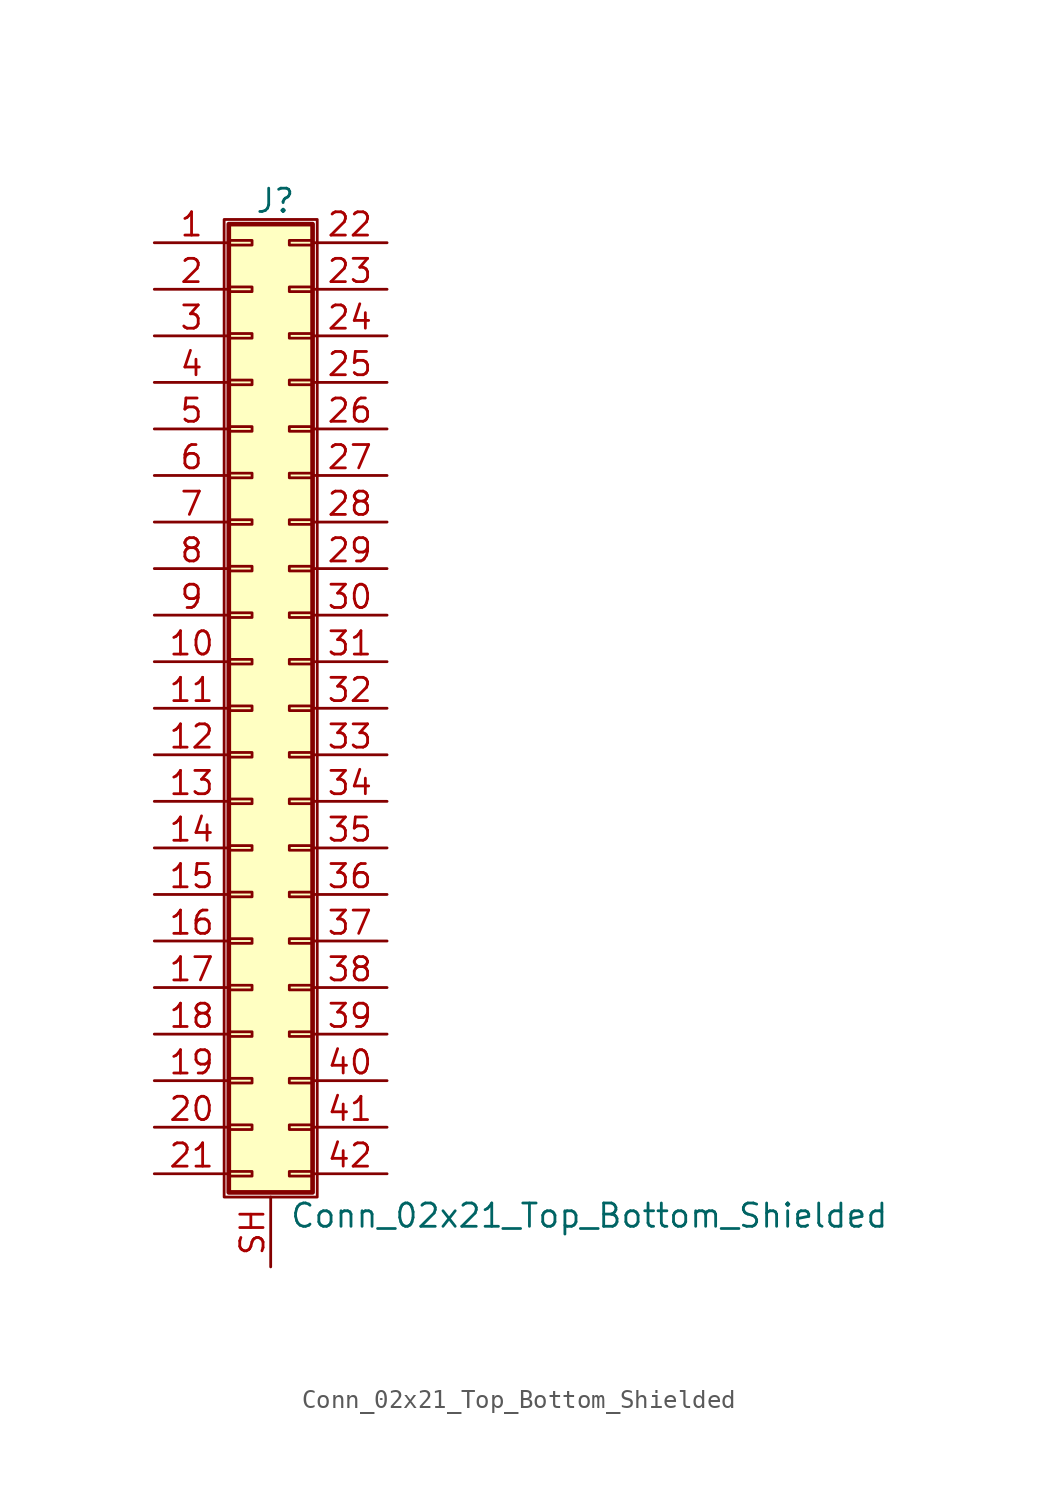
<source format=kicad_sym>
(kicad_symbol_lib
  (version 20201005)
  (generator kicad_symbol_editor)
  (symbol "Conn_02x21_Top_Bottom_Shielded"
    (pin_names
      (offset 1.016) hide)
    (property "Reference" "J"
      (at 1.524 27.686 0)
      (effects (font (size 1.27 1.27))))
    (property "Value" "Conn_02x21_Top_Bottom_Shielded"
      (at 2.286 -27.686 0)
      (effects (font (size 1.27 1.27)) (justify left)))
    (symbol "Conn_02x21_Top_Bottom_Shielded_1_1"
      (rectangle (start -1.27 26.67) (end 3.81 -26.67) (stroke (width 0.152)) (fill (type none)))
      (rectangle (start -1.016 -25.273) (end 0.254 -25.527) (stroke (width 0.152)) (fill (type none)))
      (rectangle (start -1.016 -22.733) (end 0.254 -22.987) (stroke (width 0.152)) (fill (type none)))
      (rectangle (start -1.016 -20.193) (end 0.254 -20.447) (stroke (width 0.152)) (fill (type none)))
      (rectangle (start -1.016 -17.653) (end 0.254 -17.907) (stroke (width 0.152)) (fill (type none)))
      (rectangle (start -1.016 -15.113) (end 0.254 -15.367) (stroke (width 0.152)) (fill (type none)))
      (rectangle (start -1.016 -12.573) (end 0.254 -12.827) (stroke (width 0.152)) (fill (type none)))
      (rectangle (start -1.016 -10.033) (end 0.254 -10.287) (stroke (width 0.152)) (fill (type none)))
      (rectangle (start -1.016 -7.493) (end 0.254 -7.747) (stroke (width 0.152)) (fill (type none)))
      (rectangle (start -1.016 -4.953) (end 0.254 -5.207) (stroke (width 0.152)) (fill (type none)))
      (rectangle (start -1.016 -2.413) (end 0.254 -2.667) (stroke (width 0.152)) (fill (type none)))
      (rectangle (start -1.016 0.127) (end 0.254 -0.127) (stroke (width 0.152)) (fill (type none)))
      (rectangle (start -1.016 2.667) (end 0.254 2.413) (stroke (width 0.152)) (fill (type none)))
      (rectangle (start -1.016 5.207) (end 0.254 4.953) (stroke (width 0.152)) (fill (type none)))
      (rectangle (start -1.016 7.747) (end 0.254 7.493) (stroke (width 0.152)) (fill (type none)))
      (rectangle (start -1.016 10.287) (end 0.254 10.033) (stroke (width 0.152)) (fill (type none)))
      (rectangle (start -1.016 12.827) (end 0.254 12.573) (stroke (width 0.152)) (fill (type none)))
      (rectangle (start -1.016 15.367) (end 0.254 15.113) (stroke (width 0.152)) (fill (type none)))
      (rectangle (start -1.016 17.907) (end 0.254 17.653) (stroke (width 0.152)) (fill (type none)))
      (rectangle (start -1.016 20.447) (end 0.254 20.193) (stroke (width 0.152)) (fill (type none)))
      (rectangle (start -1.016 22.987) (end 0.254 22.733) (stroke (width 0.152)) (fill (type none)))
      (rectangle (start -1.016 25.527) (end 0.254 25.273) (stroke (width 0.152)) (fill (type none)))
      (rectangle (start -1.016 26.416) (end 3.556 -26.416) (stroke (width 0.254)) (fill (type background)))
      (rectangle (start 3.556 -25.273) (end 2.286 -25.527) (stroke (width 0.152)) (fill (type none)))
      (rectangle (start 3.556 -22.733) (end 2.286 -22.987) (stroke (width 0.152)) (fill (type none)))
      (rectangle (start 3.556 -20.193) (end 2.286 -20.447) (stroke (width 0.152)) (fill (type none)))
      (rectangle (start 3.556 -17.653) (end 2.286 -17.907) (stroke (width 0.152)) (fill (type none)))
      (rectangle (start 3.556 -15.113) (end 2.286 -15.367) (stroke (width 0.152)) (fill (type none)))
      (rectangle (start 3.556 -12.573) (end 2.286 -12.827) (stroke (width 0.152)) (fill (type none)))
      (rectangle (start 3.556 -10.033) (end 2.286 -10.287) (stroke (width 0.152)) (fill (type none)))
      (rectangle (start 3.556 -7.493) (end 2.286 -7.747) (stroke (width 0.152)) (fill (type none)))
      (rectangle (start 3.556 -4.953) (end 2.286 -5.207) (stroke (width 0.152)) (fill (type none)))
      (rectangle (start 3.556 -2.413) (end 2.286 -2.667) (stroke (width 0.152)) (fill (type none)))
      (rectangle (start 3.556 0.127) (end 2.286 -0.127) (stroke (width 0.152)) (fill (type none)))
      (rectangle (start 3.556 2.667) (end 2.286 2.413) (stroke (width 0.152)) (fill (type none)))
      (rectangle (start 3.556 5.207) (end 2.286 4.953) (stroke (width 0.152)) (fill (type none)))
      (rectangle (start 3.556 7.747) (end 2.286 7.493) (stroke (width 0.152)) (fill (type none)))
      (rectangle (start 3.556 10.287) (end 2.286 10.033) (stroke (width 0.152)) (fill (type none)))
      (rectangle (start 3.556 12.827) (end 2.286 12.573) (stroke (width 0.152)) (fill (type none)))
      (rectangle (start 3.556 15.367) (end 2.286 15.113) (stroke (width 0.152)) (fill (type none)))
      (rectangle (start 3.556 17.907) (end 2.286 17.653) (stroke (width 0.152)) (fill (type none)))
      (rectangle (start 3.556 20.447) (end 2.286 20.193) (stroke (width 0.152)) (fill (type none)))
      (rectangle (start 3.556 22.987) (end 2.286 22.733) (stroke (width 0.152)) (fill (type none)))
      (rectangle (start 3.556 25.527) (end 2.286 25.273) (stroke (width 0.152)) (fill (type none)))
      (pin passive line (at -5.08 25.4 0) (length 4.064) (name "Pin_1" (effects (font (size 1.27 1.27)))) (number "1" (effects (font (size 1.27 1.27)))))
      (pin passive line (at -5.08 2.54 0) (length 4.064) (name "Pin_10" (effects (font (size 1.27 1.27)))) (number "10" (effects (font (size 1.27 1.27)))))
      (pin passive line (at -5.08 0 0) (length 4.064) (name "Pin_11" (effects (font (size 1.27 1.27)))) (number "11" (effects (font (size 1.27 1.27)))))
      (pin passive line (at -5.08 -2.54 0) (length 4.064) (name "Pin_12" (effects (font (size 1.27 1.27)))) (number "12" (effects (font (size 1.27 1.27)))))
      (pin passive line (at -5.08 -5.08 0) (length 4.064) (name "Pin_13" (effects (font (size 1.27 1.27)))) (number "13" (effects (font (size 1.27 1.27)))))
      (pin passive line (at -5.08 -7.62 0) (length 4.064) (name "Pin_14" (effects (font (size 1.27 1.27)))) (number "14" (effects (font (size 1.27 1.27)))))
      (pin passive line (at -5.08 -10.16 0) (length 4.064) (name "Pin_15" (effects (font (size 1.27 1.27)))) (number "15" (effects (font (size 1.27 1.27)))))
      (pin passive line (at -5.08 -12.7 0) (length 4.064) (name "Pin_16" (effects (font (size 1.27 1.27)))) (number "16" (effects (font (size 1.27 1.27)))))
      (pin passive line (at -5.08 -15.24 0) (length 4.064) (name "Pin_17" (effects (font (size 1.27 1.27)))) (number "17" (effects (font (size 1.27 1.27)))))
      (pin passive line (at -5.08 -17.78 0) (length 4.064) (name "Pin_18" (effects (font (size 1.27 1.27)))) (number "18" (effects (font (size 1.27 1.27)))))
      (pin passive line (at -5.08 -20.32 0) (length 4.064) (name "Pin_19" (effects (font (size 1.27 1.27)))) (number "19" (effects (font (size 1.27 1.27)))))
      (pin passive line (at -5.08 22.86 0) (length 4.064) (name "Pin_2" (effects (font (size 1.27 1.27)))) (number "2" (effects (font (size 1.27 1.27)))))
      (pin passive line (at -5.08 -22.86 0) (length 4.064) (name "Pin_20" (effects (font (size 1.27 1.27)))) (number "20" (effects (font (size 1.27 1.27)))))
      (pin passive line (at -5.08 -25.4 0) (length 4.064) (name "Pin_21" (effects (font (size 1.27 1.27)))) (number "21" (effects (font (size 1.27 1.27)))))
      (pin passive line (at 7.62 25.4 180) (length 4.064) (name "Pin_22" (effects (font (size 1.27 1.27)))) (number "22" (effects (font (size 1.27 1.27)))))
      (pin passive line (at 7.62 22.86 180) (length 4.064) (name "Pin_23" (effects (font (size 1.27 1.27)))) (number "23" (effects (font (size 1.27 1.27)))))
      (pin passive line (at 7.62 20.32 180) (length 4.064) (name "Pin_24" (effects (font (size 1.27 1.27)))) (number "24" (effects (font (size 1.27 1.27)))))
      (pin passive line (at 7.62 17.78 180) (length 4.064) (name "Pin_25" (effects (font (size 1.27 1.27)))) (number "25" (effects (font (size 1.27 1.27)))))
      (pin passive line (at 7.62 15.24 180) (length 4.064) (name "Pin_26" (effects (font (size 1.27 1.27)))) (number "26" (effects (font (size 1.27 1.27)))))
      (pin passive line (at 7.62 12.7 180) (length 4.064) (name "Pin_27" (effects (font (size 1.27 1.27)))) (number "27" (effects (font (size 1.27 1.27)))))
      (pin passive line (at 7.62 10.16 180) (length 4.064) (name "Pin_28" (effects (font (size 1.27 1.27)))) (number "28" (effects (font (size 1.27 1.27)))))
      (pin passive line (at 7.62 7.62 180) (length 4.064) (name "Pin_29" (effects (font (size 1.27 1.27)))) (number "29" (effects (font (size 1.27 1.27)))))
      (pin passive line (at -5.08 20.32 0) (length 4.064) (name "Pin_3" (effects (font (size 1.27 1.27)))) (number "3" (effects (font (size 1.27 1.27)))))
      (pin passive line (at 7.62 5.08 180) (length 4.064) (name "Pin_30" (effects (font (size 1.27 1.27)))) (number "30" (effects (font (size 1.27 1.27)))))
      (pin passive line (at 7.62 2.54 180) (length 4.064) (name "Pin_31" (effects (font (size 1.27 1.27)))) (number "31" (effects (font (size 1.27 1.27)))))
      (pin passive line (at 7.62 0 180) (length 4.064) (name "Pin_32" (effects (font (size 1.27 1.27)))) (number "32" (effects (font (size 1.27 1.27)))))
      (pin passive line (at 7.62 -2.54 180) (length 4.064) (name "Pin_33" (effects (font (size 1.27 1.27)))) (number "33" (effects (font (size 1.27 1.27)))))
      (pin passive line (at 7.62 -5.08 180) (length 4.064) (name "Pin_34" (effects (font (size 1.27 1.27)))) (number "34" (effects (font (size 1.27 1.27)))))
      (pin passive line (at 7.62 -7.62 180) (length 4.064) (name "Pin_35" (effects (font (size 1.27 1.27)))) (number "35" (effects (font (size 1.27 1.27)))))
      (pin passive line (at 7.62 -10.16 180) (length 4.064) (name "Pin_36" (effects (font (size 1.27 1.27)))) (number "36" (effects (font (size 1.27 1.27)))))
      (pin passive line (at 7.62 -12.7 180) (length 4.064) (name "Pin_37" (effects (font (size 1.27 1.27)))) (number "37" (effects (font (size 1.27 1.27)))))
      (pin passive line (at 7.62 -15.24 180) (length 4.064) (name "Pin_38" (effects (font (size 1.27 1.27)))) (number "38" (effects (font (size 1.27 1.27)))))
      (pin passive line (at 7.62 -17.78 180) (length 4.064) (name "Pin_39" (effects (font (size 1.27 1.27)))) (number "39" (effects (font (size 1.27 1.27)))))
      (pin passive line (at -5.08 17.78 0) (length 4.064) (name "Pin_4" (effects (font (size 1.27 1.27)))) (number "4" (effects (font (size 1.27 1.27)))))
      (pin passive line (at 7.62 -20.32 180) (length 4.064) (name "Pin_40" (effects (font (size 1.27 1.27)))) (number "40" (effects (font (size 1.27 1.27)))))
      (pin passive line (at 7.62 -22.86 180) (length 4.064) (name "Pin_41" (effects (font (size 1.27 1.27)))) (number "41" (effects (font (size 1.27 1.27)))))
      (pin passive line (at 7.62 -25.4 180) (length 4.064) (name "Pin_42" (effects (font (size 1.27 1.27)))) (number "42" (effects (font (size 1.27 1.27)))))
      (pin passive line (at -5.08 15.24 0) (length 4.064) (name "Pin_5" (effects (font (size 1.27 1.27)))) (number "5" (effects (font (size 1.27 1.27)))))
      (pin passive line (at -5.08 12.7 0) (length 4.064) (name "Pin_6" (effects (font (size 1.27 1.27)))) (number "6" (effects (font (size 1.27 1.27)))))
      (pin passive line (at -5.08 10.16 0) (length 4.064) (name "Pin_7" (effects (font (size 1.27 1.27)))) (number "7" (effects (font (size 1.27 1.27)))))
      (pin passive line (at -5.08 7.62 0) (length 4.064) (name "Pin_8" (effects (font (size 1.27 1.27)))) (number "8" (effects (font (size 1.27 1.27)))))
      (pin passive line (at -5.08 5.08 0) (length 4.064) (name "Pin_9" (effects (font (size 1.27 1.27)))) (number "9" (effects (font (size 1.27 1.27)))))
      (pin passive line (at 1.27 -30.48 90) (length 3.81) (name "Shield" (effects (font (size 1.27 1.27)))) (number "SH" (effects (font (size 1.27 1.27))))))))
</source>
